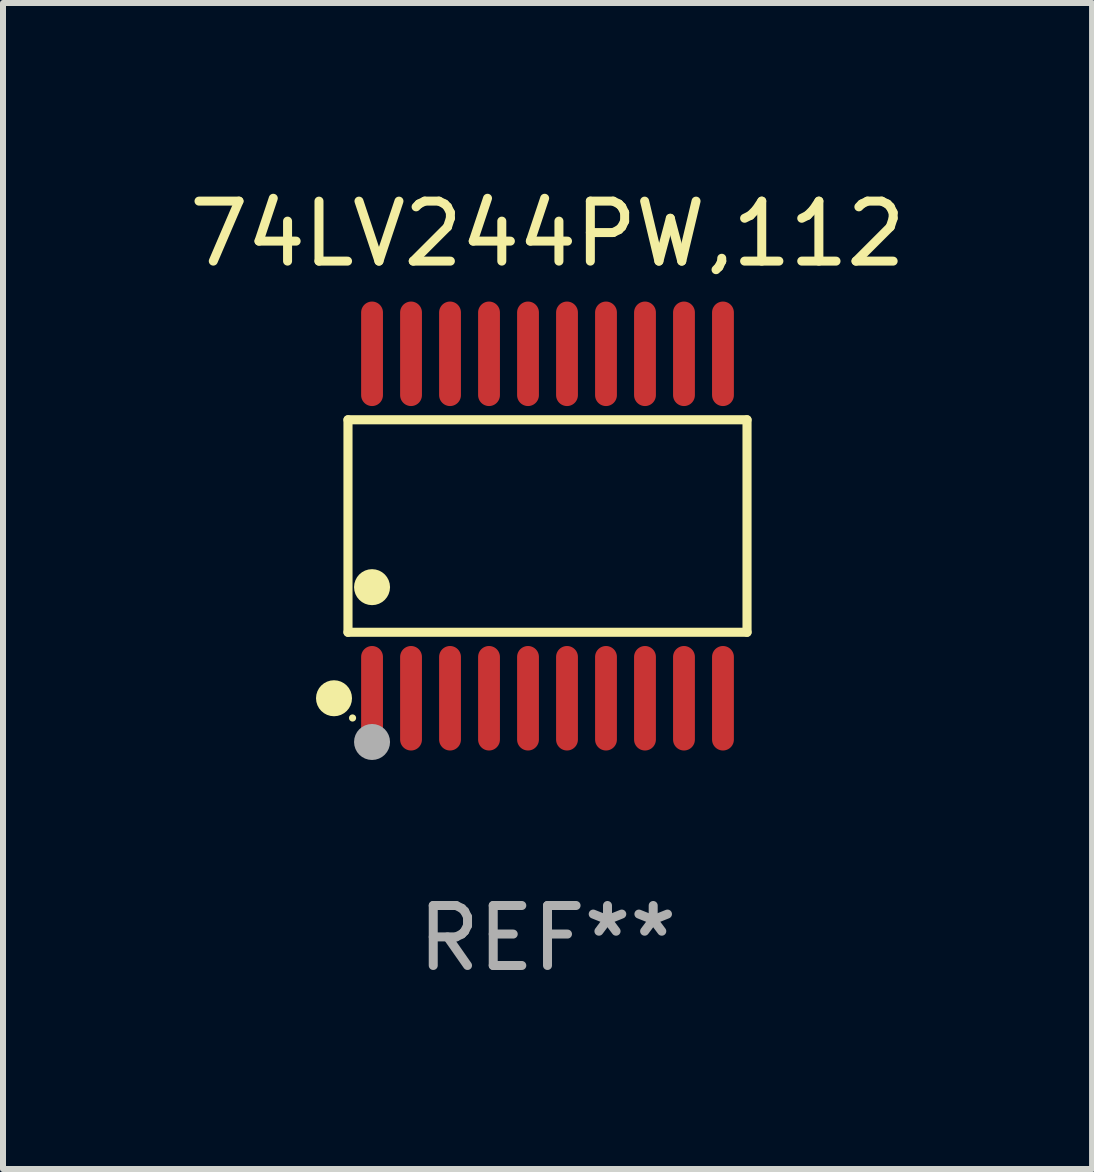
<source format=kicad_pcb>
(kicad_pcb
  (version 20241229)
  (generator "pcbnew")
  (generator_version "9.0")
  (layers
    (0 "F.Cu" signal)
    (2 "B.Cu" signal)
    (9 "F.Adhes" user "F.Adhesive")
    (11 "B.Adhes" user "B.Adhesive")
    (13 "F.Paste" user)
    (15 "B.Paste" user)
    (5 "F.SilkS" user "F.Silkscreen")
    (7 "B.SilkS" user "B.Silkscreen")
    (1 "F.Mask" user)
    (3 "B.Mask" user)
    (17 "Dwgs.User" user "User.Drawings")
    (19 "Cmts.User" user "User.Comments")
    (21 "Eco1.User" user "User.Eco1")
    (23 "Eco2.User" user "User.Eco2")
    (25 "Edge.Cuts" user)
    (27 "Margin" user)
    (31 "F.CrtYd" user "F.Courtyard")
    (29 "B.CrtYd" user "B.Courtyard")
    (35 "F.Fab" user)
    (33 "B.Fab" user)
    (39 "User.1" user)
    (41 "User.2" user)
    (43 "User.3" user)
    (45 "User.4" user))
  (footprint "74LV244PW,112"
    (layer "F.Cu")
    (at 6.077 5.719)
    (property "Reference" "74LV244PW,112" (at 0 -4.871 0) (layer "F.SilkS") (effects (font (size 1 1) (thickness 0.15))))
    (attr through_hole)
    (fp_line (start -3.326 -1.771) (end 3.326 -1.771) (stroke (width 0.152) (type solid)) (layer "F.SilkS"))
    (fp_line (start -3.326 1.771) (end -3.326 -1.771) (stroke (width 0.152) (type solid)) (layer "F.SilkS"))
    (fp_line (start 3.326 -1.771) (end 3.326 1.771) (stroke (width 0.152) (type solid)) (layer "F.SilkS"))
    (fp_line (start 3.326 1.771) (end -3.326 1.771) (stroke (width 0.152) (type solid)) (layer "F.SilkS"))
    (fp_circle (center -3.559 2.871) (end -3.409 2.871) (stroke (width 0.3) (type solid)) (fill no) (layer "F.SilkS"))
    (fp_circle (center -3.25 3.2) (end -3.22 3.2) (stroke (width 0.06) (type solid)) (fill no) (layer "F.SilkS"))
    (fp_circle (center -2.925 1.019) (end -2.775 1.019) (stroke (width 0.3) (type solid)) (fill no) (layer "F.SilkS"))
    (fp_circle (center -2.925 3.6) (end -2.775 3.6) (stroke (width 0.3) (type solid)) (fill no) (layer "F.Fab"))
    (fp_text user "REF**" (at 0 6.871 0) (layer "F.Fab") (effects (font (size 1 1) (thickness 0.15))))
    (pad "1" smd oval (at -2.925 2.871) (size 0.364 1.742) (layers "F.Cu" "F.Mask" "F.Paste"))
    (pad "2" smd oval (at -2.275 2.871) (size 0.364 1.742) (layers "F.Cu" "F.Mask" "F.Paste"))
    (pad "3" smd oval (at -1.625 2.871) (size 0.364 1.742) (layers "F.Cu" "F.Mask" "F.Paste"))
    (pad "4" smd oval (at -0.975 2.871) (size 0.364 1.742) (layers "F.Cu" "F.Mask" "F.Paste"))
    (pad "5" smd oval (at -0.325 2.871) (size 0.364 1.742) (layers "F.Cu" "F.Mask" "F.Paste"))
    (pad "6" smd oval (at 0.325 2.871) (size 0.364 1.742) (layers "F.Cu" "F.Mask" "F.Paste"))
    (pad "7" smd oval (at 0.975 2.871) (size 0.364 1.742) (layers "F.Cu" "F.Mask" "F.Paste"))
    (pad "8" smd oval (at 1.625 2.871) (size 0.364 1.742) (layers "F.Cu" "F.Mask" "F.Paste"))
    (pad "9" smd oval (at 2.275 2.871) (size 0.364 1.742) (layers "F.Cu" "F.Mask" "F.Paste"))
    (pad "10" smd oval (at 2.925 2.871) (size 0.364 1.742) (layers "F.Cu" "F.Mask" "F.Paste"))
    (pad "11" smd oval (at 2.925 -2.871) (size 0.364 1.742) (layers "F.Cu" "F.Mask" "F.Paste"))
    (pad "12" smd oval (at 2.275 -2.871) (size 0.364 1.742) (layers "F.Cu" "F.Mask" "F.Paste"))
    (pad "13" smd oval (at 1.625 -2.871) (size 0.364 1.742) (layers "F.Cu" "F.Mask" "F.Paste"))
    (pad "14" smd oval (at 0.975 -2.871) (size 0.364 1.742) (layers "F.Cu" "F.Mask" "F.Paste"))
    (pad "15" smd oval (at 0.325 -2.871) (size 0.364 1.742) (layers "F.Cu" "F.Mask" "F.Paste"))
    (pad "16" smd oval (at -0.325 -2.871) (size 0.364 1.742) (layers "F.Cu" "F.Mask" "F.Paste"))
    (pad "17" smd oval (at -0.975 -2.871) (size 0.364 1.742) (layers "F.Cu" "F.Mask" "F.Paste"))
    (pad "18" smd oval (at -1.625 -2.871) (size 0.364 1.742) (layers "F.Cu" "F.Mask" "F.Paste"))
    (pad "19" smd oval (at -2.275 -2.871) (size 0.364 1.742) (layers "F.Cu" "F.Mask" "F.Paste"))
    (pad "20" smd oval (at -2.925 -2.871) (size 0.364 1.742) (layers "F.Cu" "F.Mask" "F.Paste")))
  (gr_rect
    (start -3 -3)
    (end 15.155 16.438)
    (stroke (width 0.1) (type default))
    (fill no)
    (layer "Edge.Cuts")))
</source>
